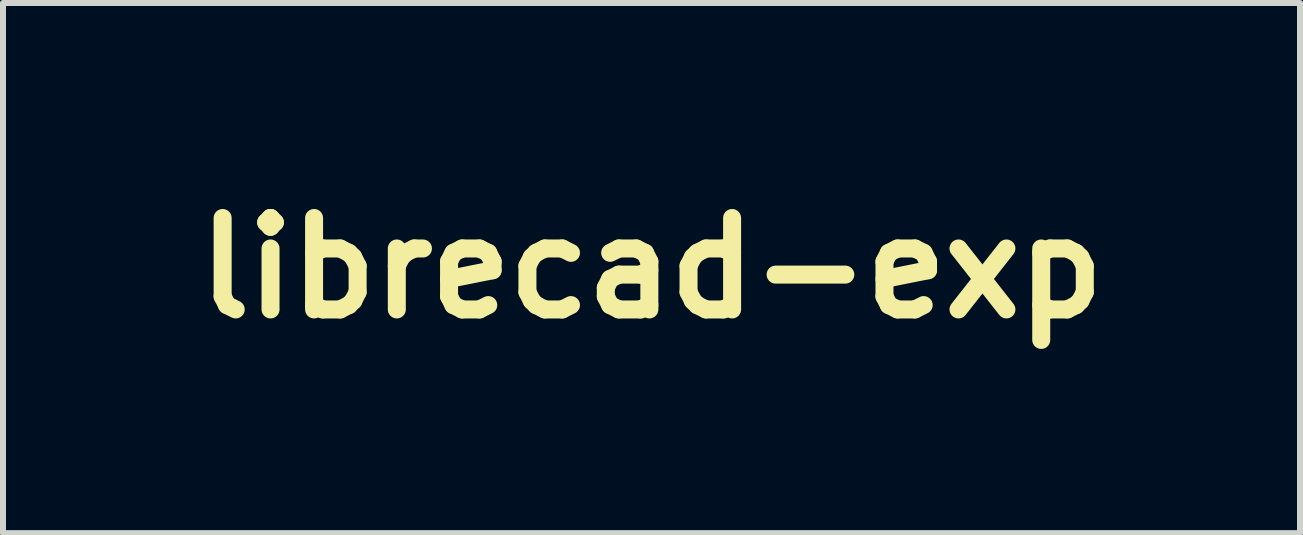
<source format=kicad_pcb>
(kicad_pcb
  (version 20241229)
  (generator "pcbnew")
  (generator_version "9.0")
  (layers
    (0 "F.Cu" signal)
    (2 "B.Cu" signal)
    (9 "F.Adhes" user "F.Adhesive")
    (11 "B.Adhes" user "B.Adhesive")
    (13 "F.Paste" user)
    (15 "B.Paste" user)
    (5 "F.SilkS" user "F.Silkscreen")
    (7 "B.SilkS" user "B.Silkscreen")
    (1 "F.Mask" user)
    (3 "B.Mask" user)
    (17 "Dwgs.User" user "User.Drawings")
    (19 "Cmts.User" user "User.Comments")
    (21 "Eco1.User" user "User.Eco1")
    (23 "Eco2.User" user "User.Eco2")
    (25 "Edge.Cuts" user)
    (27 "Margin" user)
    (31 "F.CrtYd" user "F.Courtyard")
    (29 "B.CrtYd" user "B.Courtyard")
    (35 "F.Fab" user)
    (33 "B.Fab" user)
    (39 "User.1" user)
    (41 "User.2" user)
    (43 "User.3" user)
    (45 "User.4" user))
  (footprint "librecad-exp"
    (layer "F.Cu")
    (at 7.809 1.418)
    (property "Reference" "librecad-exp" (at 0 0 0) (layer "F.SilkS") (effects (font (size 1.524 1.524) (thickness 0.3))))
    (attr through_hole)
    (fp_poly (pts (xy -0.296 0.071) (xy -0.292 0.073) (xy -0.292 0.074) (xy -0.289 0.077) (xy -0.288 0.081) (xy -0.288 0.086) (xy -0.289 0.09) (xy -0.29 0.093) (xy -0.292 0.095) (xy -0.295 0.096) (xy -0.3 0.097) (xy -0.3 0.084) (xy -0.3 0.078) (xy -0.299 0.074) (xy -0.299 0.071) (xy -0.298 0.07) (xy -0.296 0.071)) (stroke (width 0.01) (type solid)) (fill no) (layer "Eco2.User"))
    (fp_poly (pts (xy 0.3 0.137) (xy 0.3 0.142) (xy 0.3 0.148) (xy 0.3 0.151) (xy 0.299 0.154) (xy 0.298 0.156) (xy 0.296 0.156) (xy 0.295 0.155) (xy 0.292 0.153) (xy 0.29 0.149) (xy 0.289 0.146) (xy 0.288 0.142) (xy 0.289 0.138) (xy 0.291 0.136) (xy 0.293 0.134) (xy 0.299 0.129) (xy 0.3 0.137)) (stroke (width 0.01) (type solid)) (fill no) (layer "Eco2.User"))
    (fp_poly (pts (xy 0.3 0.083) (xy 0.3 0.089) (xy 0.3 0.093) (xy 0.3 0.096) (xy 0.299 0.097) (xy 0.297 0.097) (xy 0.293 0.095) (xy 0.291 0.094) (xy 0.289 0.092) (xy 0.288 0.089) (xy 0.288 0.085) (xy 0.288 0.08) (xy 0.289 0.077) (xy 0.291 0.074) (xy 0.294 0.073) (xy 0.3 0.069) (xy 0.3 0.083)) (stroke (width 0.01) (type solid)) (fill no) (layer "Eco2.User"))
    (fp_poly (pts (xy 0.299 -0.049) (xy 0.3 -0.046) (xy 0.3 -0.042) (xy 0.3 -0.037) (xy 0.3 -0.032) (xy 0.299 -0.028) (xy 0.299 -0.025) (xy 0.298 -0.024) (xy 0.295 -0.025) (xy 0.293 -0.026) (xy 0.29 -0.029) (xy 0.289 -0.033) (xy 0.288 -0.038) (xy 0.29 -0.043) (xy 0.292 -0.046) (xy 0.295 -0.049) (xy 0.298 -0.05) (xy 0.298 -0.05) (xy 0.299 -0.049)) (stroke (width 0.01) (type solid)) (fill no) (layer "Eco2.User"))
    (fp_poly (pts (xy -0.297 0.131) (xy -0.294 0.133) (xy -0.293 0.134) (xy -0.29 0.137) (xy -0.288 0.139) (xy -0.288 0.143) (xy -0.289 0.146) (xy -0.29 0.151) (xy -0.293 0.155) (xy -0.297 0.156) (xy -0.298 0.156) (xy -0.299 0.155) (xy -0.3 0.152) (xy -0.3 0.147) (xy -0.3 0.143) (xy -0.3 0.137) (xy -0.3 0.133) (xy -0.299 0.13) (xy -0.299 0.13) (xy -0.297 0.131)) (stroke (width 0.01) (type solid)) (fill no) (layer "Eco2.User"))
    (fp_poly (pts (xy -0.296 -0.049) (xy -0.292 -0.047) (xy -0.292 -0.046) (xy -0.289 -0.043) (xy -0.288 -0.04) (xy -0.288 -0.035) (xy -0.289 -0.034) (xy -0.29 -0.029) (xy -0.292 -0.026) (xy -0.296 -0.024) (xy -0.298 -0.024) (xy -0.299 -0.025) (xy -0.3 -0.028) (xy -0.3 -0.033) (xy -0.3 -0.037) (xy -0.3 -0.043) (xy -0.299 -0.047) (xy -0.299 -0.05) (xy -0.298 -0.05) (xy -0.296 -0.049)) (stroke (width 0.01) (type solid)) (fill no) (layer "Eco2.User"))
    (fp_poly (pts (xy 0.299 -0.109) (xy 0.299 -0.106) (xy 0.3 -0.101) (xy 0.3 -0.097) (xy 0.3 -0.091) (xy 0.3 -0.087) (xy 0.3 -0.084) (xy 0.299 -0.083) (xy 0.297 -0.084) (xy 0.293 -0.085) (xy 0.291 -0.086) (xy 0.289 -0.088) (xy 0.288 -0.091) (xy 0.288 -0.095) (xy 0.289 -0.101) (xy 0.291 -0.105) (xy 0.293 -0.109) (xy 0.297 -0.11) (xy 0.298 -0.11) (xy 0.299 -0.109)) (stroke (width 0.01) (type solid)) (fill no) (layer "Eco2.User"))
    (fp_poly (pts (xy 0.299 0.011) (xy 0.299 0.014) (xy 0.3 0.019) (xy 0.3 0.023) (xy 0.3 0.029) (xy 0.3 0.033) (xy 0.3 0.036) (xy 0.299 0.037) (xy 0.297 0.036) (xy 0.293 0.035) (xy 0.29 0.033) (xy 0.289 0.031) (xy 0.288 0.027) (xy 0.288 0.024) (xy 0.289 0.019) (xy 0.291 0.015) (xy 0.293 0.011) (xy 0.297 0.01) (xy 0.298 0.01) (xy 0.299 0.011)) (stroke (width 0.01) (type solid)) (fill no) (layer "Eco2.User"))
    (fp_poly (pts (xy -0.294 -0.109) (xy -0.291 -0.106) (xy -0.289 -0.102) (xy -0.288 -0.097) (xy -0.288 -0.096) (xy -0.288 -0.091) (xy -0.289 -0.088) (xy -0.291 -0.086) (xy -0.295 -0.084) (xy -0.296 -0.084) (xy -0.298 -0.084) (xy -0.299 -0.084) (xy -0.3 -0.085) (xy -0.3 -0.088) (xy -0.3 -0.093) (xy -0.3 -0.096) (xy -0.3 -0.102) (xy -0.299 -0.107) (xy -0.298 -0.11) (xy -0.298 -0.11) (xy -0.294 -0.109)) (stroke (width 0.01) (type solid)) (fill no) (layer "Eco2.User"))
    (fp_poly (pts (xy -0.294 0.011) (xy -0.291 0.014) (xy -0.289 0.018) (xy -0.288 0.023) (xy -0.288 0.024) (xy -0.288 0.029) (xy -0.289 0.032) (xy -0.291 0.034) (xy -0.295 0.036) (xy -0.296 0.036) (xy -0.298 0.036) (xy -0.299 0.036) (xy -0.3 0.035) (xy -0.3 0.032) (xy -0.3 0.027) (xy -0.3 0.024) (xy -0.3 0.018) (xy -0.299 0.013) (xy -0.298 0.01) (xy -0.298 0.01) (xy -0.294 0.011)) (stroke (width 0.01) (type solid)) (fill no) (layer "Eco2.User"))
    (fp_poly (pts (xy -0.253 -0.224) (xy -0.205 -0.224) (xy -0.178 -0.217) (xy -0.149 -0.209) (xy -0.123 -0.201) (xy -0.102 -0.193) (xy -0.084 -0.185) (xy -0.077 -0.181) (xy -0.067 -0.175) (xy -0.067 -0.157) (xy -0.067 -0.149) (xy -0.068 -0.144) (xy -0.068 -0.14) (xy -0.069 -0.138) (xy -0.07 -0.137) (xy -0.071 -0.136) (xy -0.074 -0.135) (xy -0.078 -0.135) (xy -0.085 -0.135) (xy -0.095 -0.134) (xy -0.105 -0.134) (xy -0.118 -0.134) (xy -0.127 -0.135) (xy -0.133 -0.135) (xy -0.137 -0.135) (xy -0.139 -0.136) (xy -0.141 -0.137) (xy -0.145 -0.14) (xy -0.146 -0.142) (xy -0.148 -0.145) (xy -0.152 -0.15) (xy -0.157 -0.156) (xy -0.164 -0.162) (xy -0.168 -0.165) (xy -0.186 -0.175) (xy -0.208 -0.183) (xy -0.233 -0.191) (xy -0.245 -0.194) (xy -0.257 -0.196) (xy -0.268 -0.198) (xy -0.278 -0.2) (xy -0.284 -0.2) (xy -0.291 -0.201) (xy -0.296 -0.202) (xy -0.298 -0.202) (xy -0.299 -0.204) (xy -0.3 -0.207) (xy -0.3 -0.211) (xy -0.3 -0.214) (xy -0.3 -0.225) (xy -0.253 -0.224)) (stroke (width 0.01) (type solid)) (fill no) (layer "Eco2.User"))
    (fp_poly (pts (xy 0.3 -0.213) (xy 0.299 -0.202) (xy 0.282 -0.2) (xy 0.271 -0.199) (xy 0.261 -0.197) (xy 0.253 -0.195) (xy 0.244 -0.193) (xy 0.236 -0.192) (xy 0.232 -0.191) (xy 0.222 -0.188) (xy 0.21 -0.184) (xy 0.197 -0.179) (xy 0.184 -0.173) (xy 0.173 -0.167) (xy 0.163 -0.161) (xy 0.163 -0.161) (xy 0.156 -0.155) (xy 0.151 -0.15) (xy 0.148 -0.145) (xy 0.146 -0.142) (xy 0.145 -0.14) (xy 0.141 -0.137) (xy 0.14 -0.137) (xy 0.137 -0.135) (xy 0.133 -0.135) (xy 0.128 -0.134) (xy 0.119 -0.134) (xy 0.111 -0.134) (xy 0.1 -0.134) (xy 0.09 -0.134) (xy 0.082 -0.134) (xy 0.08 -0.134) (xy 0.075 -0.135) (xy 0.072 -0.136) (xy 0.07 -0.138) (xy 0.068 -0.141) (xy 0.068 -0.146) (xy 0.067 -0.153) (xy 0.067 -0.157) (xy 0.067 -0.173) (xy 0.076 -0.179) (xy 0.086 -0.186) (xy 0.1 -0.192) (xy 0.117 -0.199) (xy 0.137 -0.206) (xy 0.159 -0.212) (xy 0.178 -0.217) (xy 0.205 -0.224) (xy 0.253 -0.224) (xy 0.3 -0.225) (xy 0.3 -0.213)) (stroke (width 0.01) (type solid)) (fill no) (layer "Eco2.User"))
    (fp_poly (pts (xy -0.295 -0.17) (xy -0.288 -0.169) (xy -0.279 -0.167) (xy -0.269 -0.166) (xy -0.259 -0.164) (xy -0.251 -0.162) (xy -0.246 -0.161) (xy -0.232 -0.157) (xy -0.218 -0.152) (xy -0.205 -0.146) (xy -0.195 -0.141) (xy -0.188 -0.135) (xy -0.184 -0.131) (xy -0.182 -0.128) (xy -0.176 -0.123) (xy -0.169 -0.118) (xy -0.16 -0.112) (xy -0.152 -0.107) (xy -0.145 -0.104) (xy -0.136 -0.1) (xy -0.125 -0.096) (xy -0.113 -0.092) (xy -0.101 -0.089) (xy -0.09 -0.087) (xy -0.082 -0.085) (xy -0.079 -0.085) (xy -0.069 -0.084) (xy -0.058 -0.082) (xy -0.049 -0.078) (xy -0.043 -0.075) (xy -0.04 -0.073) (xy -0.038 -0.072) (xy -0.036 -0.07) (xy -0.034 -0.068) (xy -0.033 -0.065) (xy -0.032 -0.062) (xy -0.031 -0.058) (xy -0.03 -0.053) (xy -0.03 -0.047) (xy -0.029 -0.04) (xy -0.029 -0.031) (xy -0.029 -0.02) (xy -0.029 -0.008) (xy -0.029 0.007) (xy -0.029 0.018) (xy -0.03 0.095) (xy -0.036 0.101) (xy -0.041 0.106) (xy -0.048 0.109) (xy -0.051 0.111) (xy -0.063 0.116) (xy -0.075 0.121) (xy -0.085 0.126) (xy -0.093 0.131) (xy -0.098 0.134) (xy -0.106 0.143) (xy -0.111 0.154) (xy -0.113 0.163) (xy -0.113 0.168) (xy -0.114 0.173) (xy -0.114 0.177) (xy -0.116 0.183) (xy -0.169 0.204) (xy -0.222 0.226) (xy -0.3 0.226) (xy -0.3 0.186) (xy -0.291 0.186) (xy -0.277 0.186) (xy -0.266 0.185) (xy -0.257 0.184) (xy -0.247 0.182) (xy -0.244 0.181) (xy -0.233 0.178) (xy -0.222 0.174) (xy -0.214 0.171) (xy -0.214 0.171) (xy -0.202 0.165) (xy -0.202 0.039) (xy -0.202 -0.088) (xy -0.207 -0.094) (xy -0.212 -0.099) (xy -0.218 -0.104) (xy -0.224 -0.108) (xy -0.229 -0.113) (xy -0.235 -0.117) (xy -0.239 -0.12) (xy -0.239 -0.12) (xy -0.253 -0.129) (xy -0.271 -0.136) (xy -0.282 -0.139) (xy -0.3 -0.143) (xy -0.3 -0.157) (xy -0.3 -0.162) (xy -0.3 -0.167) (xy -0.299 -0.169) (xy -0.299 -0.17) (xy -0.295 -0.17)) (stroke (width 0.01) (type solid)) (fill no) (layer "Eco2.User"))
    (fp_poly (pts (xy 0.299 -0.169) (xy 0.3 -0.167) (xy 0.3 -0.163) (xy 0.3 -0.158) (xy 0.3 -0.157) (xy 0.3 -0.143) (xy 0.282 -0.139) (xy 0.271 -0.136) (xy 0.262 -0.132) (xy 0.253 -0.128) (xy 0.251 -0.127) (xy 0.243 -0.122) (xy 0.237 -0.118) (xy 0.233 -0.115) (xy 0.232 -0.114) (xy 0.227 -0.11) (xy 0.222 -0.107) (xy 0.221 -0.106) (xy 0.217 -0.103) (xy 0.212 -0.099) (xy 0.208 -0.095) (xy 0.202 -0.088) (xy 0.202 0.039) (xy 0.202 0.165) (xy 0.214 0.171) (xy 0.223 0.175) (xy 0.234 0.178) (xy 0.244 0.181) (xy 0.254 0.183) (xy 0.264 0.185) (xy 0.274 0.185) (xy 0.287 0.186) (xy 0.291 0.186) (xy 0.3 0.186) (xy 0.3 0.226) (xy 0.222 0.226) (xy 0.173 0.206) (xy 0.159 0.2) (xy 0.147 0.195) (xy 0.136 0.191) (xy 0.128 0.187) (xy 0.122 0.185) (xy 0.119 0.183) (xy 0.117 0.182) (xy 0.116 0.179) (xy 0.115 0.174) (xy 0.115 0.171) (xy 0.114 0.16) (xy 0.111 0.15) (xy 0.105 0.141) (xy 0.096 0.133) (xy 0.083 0.125) (xy 0.066 0.117) (xy 0.053 0.112) (xy 0.044 0.107) (xy 0.037 0.102) (xy 0.037 0.102) (xy 0.031 0.095) (xy 0.031 0.016) (xy 0.031 -0.000139) (xy 0.031 -0.014) (xy 0.031 -0.026) (xy 0.031 -0.036) (xy 0.032 -0.045) (xy 0.032 -0.051) (xy 0.032 -0.057) (xy 0.033 -0.061) (xy 0.034 -0.065) (xy 0.035 -0.068) (xy 0.037 -0.07) (xy 0.038 -0.072) (xy 0.041 -0.073) (xy 0.043 -0.075) (xy 0.046 -0.076) (xy 0.046 -0.076) (xy 0.055 -0.08) (xy 0.066 -0.084) (xy 0.077 -0.085) (xy 0.08 -0.085) (xy 0.087 -0.086) (xy 0.097 -0.088) (xy 0.109 -0.091) (xy 0.12 -0.094) (xy 0.131 -0.098) (xy 0.136 -0.099) (xy 0.149 -0.106) (xy 0.163 -0.114) (xy 0.175 -0.123) (xy 0.183 -0.13) (xy 0.193 -0.139) (xy 0.206 -0.147) (xy 0.22 -0.153) (xy 0.24 -0.159) (xy 0.262 -0.165) (xy 0.284 -0.168) (xy 0.286 -0.168) (xy 0.292 -0.169) (xy 0.296 -0.17) (xy 0.298 -0.17) (xy 0.299 -0.169)) (stroke (width 0.01) (type solid)) (fill no) (layer "Eco2.User")))
  (gr_rect
    (start -3 -3)
    (end 18.617 5.836)
    (stroke (width 0.1) (type default))
    (fill no)
    (layer "Edge.Cuts")))
</source>
